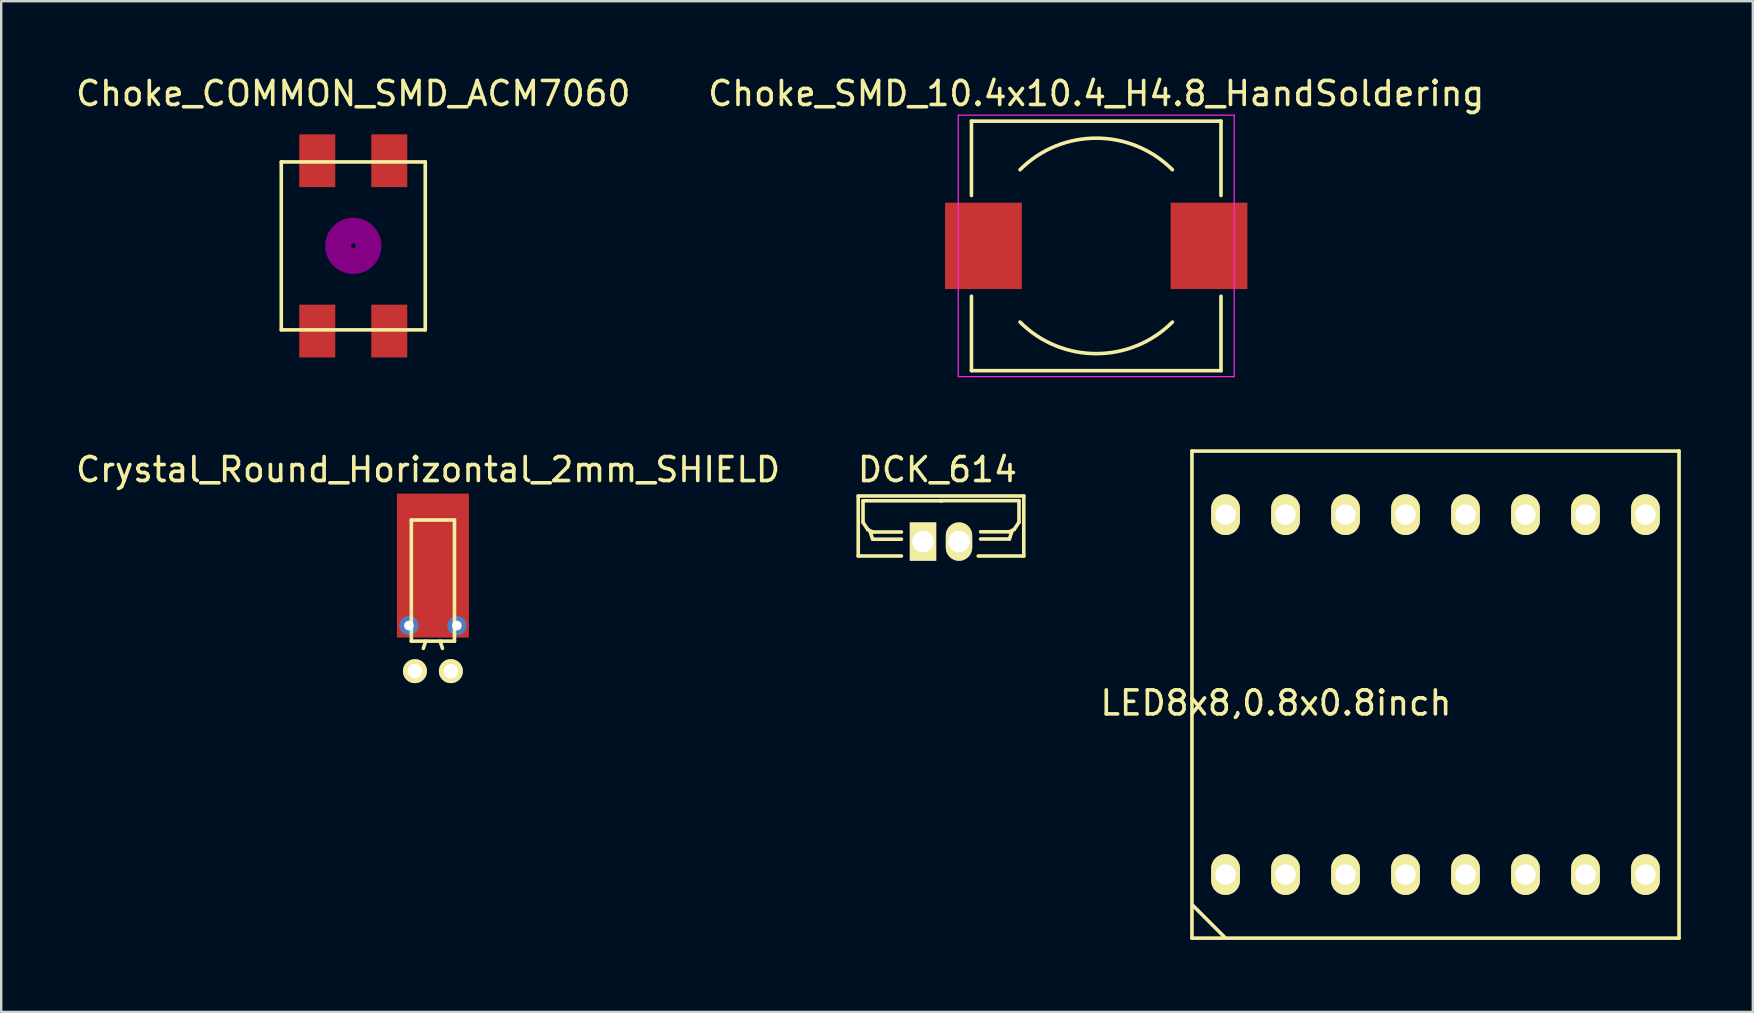
<source format=kicad_pcb>
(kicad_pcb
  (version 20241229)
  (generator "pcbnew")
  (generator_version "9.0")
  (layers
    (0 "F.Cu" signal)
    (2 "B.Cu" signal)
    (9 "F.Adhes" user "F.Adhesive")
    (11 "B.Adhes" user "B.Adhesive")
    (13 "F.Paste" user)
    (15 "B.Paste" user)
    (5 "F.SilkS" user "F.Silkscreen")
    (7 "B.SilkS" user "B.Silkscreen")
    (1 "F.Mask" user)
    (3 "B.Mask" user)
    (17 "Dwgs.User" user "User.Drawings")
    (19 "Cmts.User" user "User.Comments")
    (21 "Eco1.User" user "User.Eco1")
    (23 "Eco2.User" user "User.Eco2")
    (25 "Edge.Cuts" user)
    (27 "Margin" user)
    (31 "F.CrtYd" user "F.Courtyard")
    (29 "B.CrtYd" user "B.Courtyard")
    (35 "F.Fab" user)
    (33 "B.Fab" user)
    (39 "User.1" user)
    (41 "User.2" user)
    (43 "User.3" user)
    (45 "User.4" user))
  (footprint "Choke_SMD_10.4x10.4_H4.8_HandSoldering"
    (layer "F.Cu")
    (at 42.637 7.198)
    (property "Reference" "Choke_SMD_10.4x10.4_H4.8_HandSoldering" (at 0 -6.35 0) (layer "F.SilkS") (effects (font (size 1 1) (thickness 0.15))))
    (attr smd)
    (fp_line (start -5.2 -5.2) (end -5.2 -2.1) (stroke (width 0.15) (type solid)) (layer "F.SilkS"))
    (fp_line (start -5.2 -5.2) (end 5.2 -5.2) (stroke (width 0.15) (type solid)) (layer "F.SilkS"))
    (fp_line (start -5.2 5.2) (end -5.2 2.1) (stroke (width 0.15) (type solid)) (layer "F.SilkS"))
    (fp_line (start -5.2 5.2) (end 5.2 5.2) (stroke (width 0.15) (type solid)) (layer "F.SilkS"))
    (fp_line (start 5.2 -5.2) (end 5.2 -2.1) (stroke (width 0.15) (type solid)) (layer "F.SilkS"))
    (fp_line (start 5.2 5.2) (end 5.2 2.1) (stroke (width 0.15) (type solid)) (layer "F.SilkS"))
    (fp_arc (start -3.175 -3.175) (mid 0 -4.490128) (end 3.175 -3.175) (stroke (width 0.15) (type solid)) (layer "F.SilkS"))
    (fp_arc (start 3.175 3.175) (mid 0 4.490128) (end -3.175 3.175) (stroke (width 0.15) (type solid)) (layer "F.SilkS"))
    (fp_line (start -5.75 -5.45) (end -5.75 5.45) (stroke (width 0.05) (type solid)) (layer "F.CrtYd"))
    (fp_line (start -5.75 5.45) (end 5.75 5.45) (stroke (width 0.05) (type solid)) (layer "F.CrtYd"))
    (fp_line (start 5.75 -5.45) (end -5.75 -5.45) (stroke (width 0.05) (type solid)) (layer "F.CrtYd"))
    (fp_line (start 5.75 5.45) (end 5.75 -5.45) (stroke (width 0.05) (type solid)) (layer "F.CrtYd"))
    (pad "1" smd rect (at -4.7 0) (size 3.2 3.6) (layers "F.Cu" "F.Mask" "F.Paste"))
    (pad "2" smd rect (at 4.7 0) (size 3.2 3.6) (layers "F.Cu" "F.Mask" "F.Paste")))
  (footprint "LED8x8,0.8x0.8inch"
    (layer "F.Cu")
    (at 56.877 25.498)
    (property "Reference" "LED8x8,0.8x0.8inch" (at -6.75 0.75 0) (layer "F.SilkS") (effects (font (size 1 1) (thickness 0.15))))
    (attr through_hole)
    (fp_line (start -10.25 -9.75) (end 10.05 -9.75) (stroke (width 0.15) (type solid)) (layer "F.SilkS"))
    (fp_line (start -10.25 10.55) (end -10.25 -9.75) (stroke (width 0.15) (type solid)) (layer "F.SilkS"))
    (fp_line (start -10.2 9.2) (end -8.9 10.5) (stroke (width 0.15) (type solid)) (layer "F.SilkS"))
    (fp_line (start 10.05 -9.75) (end 10.05 10.55) (stroke (width 0.15) (type solid)) (layer "F.SilkS"))
    (fp_line (start 10.05 10.55) (end -10.25 10.55) (stroke (width 0.15) (type solid)) (layer "F.SilkS"))
    (pad "1" thru_hole oval (at -8.85 7.9) (size 1.2 1.7) (drill 0.85) (layers "*.Cu" "*.Mask" "F.SilkS"))
    (pad "2" thru_hole oval (at -6.35 7.9) (size 1.2 1.7) (drill 0.85) (layers "*.Cu" "*.Mask" "F.SilkS"))
    (pad "3" thru_hole oval (at -3.85 7.9) (size 1.2 1.7) (drill 0.85) (layers "*.Cu" "*.Mask" "F.SilkS"))
    (pad "4" thru_hole oval (at -1.35 7.9) (size 1.2 1.7) (drill 0.85) (layers "*.Cu" "*.Mask" "F.SilkS"))
    (pad "5" thru_hole oval (at 1.15 7.9) (size 1.2 1.7) (drill 0.85) (layers "*.Cu" "*.Mask" "F.SilkS"))
    (pad "6" thru_hole oval (at 3.65 7.9) (size 1.2 1.7) (drill 0.85) (layers "*.Cu" "*.Mask" "F.SilkS"))
    (pad "7" thru_hole oval (at 6.15 7.9) (size 1.2 1.7) (drill 0.85) (layers "*.Cu" "*.Mask" "F.SilkS"))
    (pad "8" thru_hole oval (at 8.65 7.9) (size 1.2 1.7) (drill 0.85) (layers "*.Cu" "*.Mask" "F.SilkS"))
    (pad "9" thru_hole oval (at 8.65 -7.1) (size 1.2 1.7) (drill 0.85) (layers "*.Cu" "*.Mask" "F.SilkS"))
    (pad "10" thru_hole oval (at 6.15 -7.1) (size 1.2 1.7) (drill 0.85) (layers "*.Cu" "*.Mask" "F.SilkS"))
    (pad "11" thru_hole oval (at 3.65 -7.1) (size 1.2 1.7) (drill 0.85) (layers "*.Cu" "*.Mask" "F.SilkS"))
    (pad "12" thru_hole oval (at 1.15 -7.1) (size 1.2 1.7) (drill 0.85) (layers "*.Cu" "*.Mask" "F.SilkS"))
    (pad "13" thru_hole oval (at -1.35 -7.1) (size 1.2 1.7) (drill 0.85) (layers "*.Cu" "*.Mask" "F.SilkS"))
    (pad "14" thru_hole oval (at -3.85 -7.1) (size 1.2 1.7) (drill 0.85) (layers "*.Cu" "*.Mask" "F.SilkS"))
    (pad "15" thru_hole oval (at -6.35 -7.1) (size 1.2 1.7) (drill 0.85) (layers "*.Cu" "*.Mask" "F.SilkS"))
    (pad "16" thru_hole oval (at -8.85 -7.1) (size 1.2 1.7) (drill 0.85) (layers "*.Cu" "*.Mask" "F.SilkS")))
  (footprint "DCK_614"
    (layer "F.Cu")
    (at 35.418 19.521)
    (property "Reference" "DCK_614" (at 0.6 -3 0) (layer "F.SilkS") (effects (font (size 1 1) (thickness 0.15))))
    (attr through_hole)
    (fp_line (start -2.7 -1.9) (end 4.2 -1.9) (stroke (width 0.15) (type solid)) (layer "F.SilkS"))
    (fp_line (start -2.7 0.6) (end -2.7 -1.9) (stroke (width 0.15) (type solid)) (layer "F.SilkS"))
    (fp_line (start -2.7 0.6) (end -0.9 0.6) (stroke (width 0.15) (type solid)) (layer "F.SilkS"))
    (fp_line (start -2.5 -1.7) (end -2.5 -0.8) (stroke (width 0.15) (type solid)) (layer "F.SilkS"))
    (fp_line (start -2.5 -1.7) (end 0.8 -1.7) (stroke (width 0.15) (type solid)) (layer "F.SilkS"))
    (fp_line (start -2.5 -0.8) (end -2.3 -0.5) (stroke (width 0.15) (type solid)) (layer "F.SilkS"))
    (fp_line (start -2.3 -0.5) (end -2.1 -0.4) (stroke (width 0.15) (type solid)) (layer "F.SilkS"))
    (fp_line (start -2.2 -0.4) (end -2.1 -0.1) (stroke (width 0.15) (type solid)) (layer "F.SilkS"))
    (fp_line (start -2.1 -0.4) (end -0.9 -0.4) (stroke (width 0.15) (type solid)) (layer "F.SilkS"))
    (fp_line (start -2.1 -0.1) (end -0.9 -0.1) (stroke (width 0.15) (type solid)) (layer "F.SilkS"))
    (fp_line (start 3.6 -0.406) (end 2.4 -0.406) (stroke (width 0.15) (type solid)) (layer "F.SilkS"))
    (fp_line (start 3.6 -0.106) (end 2.4 -0.106) (stroke (width 0.15) (type solid)) (layer "F.SilkS"))
    (fp_line (start 3.7 -0.406) (end 3.6 -0.106) (stroke (width 0.15) (type solid)) (layer "F.SilkS"))
    (fp_line (start 3.8 -0.506) (end 3.6 -0.406) (stroke (width 0.15) (type solid)) (layer "F.SilkS"))
    (fp_line (start 4 -1.706) (end 0.7 -1.706) (stroke (width 0.15) (type solid)) (layer "F.SilkS"))
    (fp_line (start 4 -1.706) (end 4 -0.806) (stroke (width 0.15) (type solid)) (layer "F.SilkS"))
    (fp_line (start 4 -0.806) (end 3.8 -0.506) (stroke (width 0.15) (type solid)) (layer "F.SilkS"))
    (fp_line (start 4.2 -1.9) (end 4.2 0.6) (stroke (width 0.15) (type solid)) (layer "F.SilkS"))
    (fp_line (start 4.2 0.6) (end 2.3 0.6) (stroke (width 0.15) (type solid)) (layer "F.SilkS"))
    (pad "1" thru_hole rect (at 0 0) (size 1.1 1.6) (drill 0.9) (layers "*.Cu" "*.Mask" "F.SilkS"))
    (pad "2" thru_hole oval (at 1.5 0) (size 1.1 1.6) (drill 0.9) (layers "*.Cu" "*.Mask" "F.SilkS")))
  (footprint "Crystal_Round_Horizontal_2mm_SHIELD"
    (layer "F.Cu")
    (at 14.992 24.921)
    (property "Reference" "Crystal_Round_Horizontal_2mm_SHIELD" (at -0.201 -8.4 0) (layer "F.SilkS") (effects (font (size 1 1) (thickness 0.15))))
    (attr through_hole)
    (fp_line (start -0.899 -6.299) (end -0.899 -1.25) (stroke (width 0.15) (type solid)) (layer "F.SilkS"))
    (fp_line (start -0.3 -1.25) (end -0.399 -0.95) (stroke (width 0.15) (type solid)) (layer "F.SilkS"))
    (fp_line (start 0.3 -1.25) (end 0.399 -0.95) (stroke (width 0.15) (type solid)) (layer "F.SilkS"))
    (fp_line (start 0.899 -6.299) (end -0.899 -6.299) (stroke (width 0.15) (type solid)) (layer "F.SilkS"))
    (fp_line (start 0.899 -1.25) (end -0.899 -1.25) (stroke (width 0.15) (type solid)) (layer "F.SilkS"))
    (fp_line (start 0.899 -1.25) (end 0.899 -6.299) (stroke (width 0.15) (type solid)) (layer "F.SilkS"))
    (pad "1" thru_hole circle (at -0.749 0) (size 1.001 1.001) (drill 0.599) (layers "*.Cu" "*.Mask" "F.SilkS"))
    (pad "2" thru_hole circle (at 0.749 0) (size 1.001 1.001) (drill 0.599) (layers "*.Cu" "*.Mask" "F.SilkS"))
    (pad "3" thru_hole circle (at -1 -1.9) (size 0.8 0.8) (drill 0.4) (layers "*.Cu" "*.Mask"))
    (pad "3" smd rect (at 0 -4.4) (size 3 6) (layers "F.Cu" "F.Mask" "F.Paste"))
    (pad "3" thru_hole circle (at 1 -1.9) (size 0.8 0.8) (drill 0.4) (layers "*.Cu" "*.Mask")))
  (footprint "Choke_COMMON_SMD_ACM7060"
    (layer "F.Cu")
    (at 11.673 7.198)
    (property "Reference" "Choke_COMMON_SMD_ACM7060" (at 0 -6.35 0) (layer "F.SilkS") (effects (font (size 1 1) (thickness 0.15))))
    (attr smd)
    (fp_line (start -3 -3.5) (end -3 3.5) (stroke (width 0.15) (type solid)) (layer "F.SilkS"))
    (fp_line (start -3 3.5) (end 3 3.5) (stroke (width 0.15) (type solid)) (layer "F.SilkS"))
    (fp_line (start 3 -3.5) (end -3 -3.5) (stroke (width 0.15) (type solid)) (layer "F.SilkS"))
    (fp_line (start 3 3.5) (end 3 -3.5) (stroke (width 0.15) (type solid)) (layer "F.SilkS"))
    (fp_circle (center 0 0) (end 0.1 0) (stroke (width 0.305) (type solid)) (fill no) (layer "F.Adhes"))
    (fp_circle (center 0 0) (end 0.3 -0.1) (stroke (width 0.305) (type solid)) (fill no) (layer "F.Adhes"))
    (fp_circle (center 0 0) (end 0.6 0) (stroke (width 0.305) (type solid)) (fill no) (layer "F.Adhes"))
    (fp_circle (center 0 0) (end 0.8 -0.1) (stroke (width 0.305) (type solid)) (fill no) (layer "F.Adhes"))
    (fp_circle (center 0 0) (end 1 -0.2) (stroke (width 0.305) (type solid)) (fill no) (layer "F.Adhes"))
    (pad "1" smd rect (at -1.5 3.549) (size 1.5 2.2) (layers "F.Cu" "F.Mask" "F.Paste"))
    (pad "2" smd rect (at 1.5 3.549) (size 1.5 2.2) (layers "F.Cu" "F.Mask" "F.Paste"))
    (pad "3" smd rect (at 1.5 -3.549) (size 1.5 2.2) (layers "F.Cu" "F.Mask" "F.Paste"))
    (pad "4" smd rect (at -1.5 -3.549) (size 1.5 2.2) (layers "F.Cu" "F.Mask" "F.Paste")))
  (gr_rect
    (start -3 -3)
    (end 70.002 39.123)
    (stroke (width 0.1) (type default))
    (fill no)
    (layer "Edge.Cuts")))
</source>
